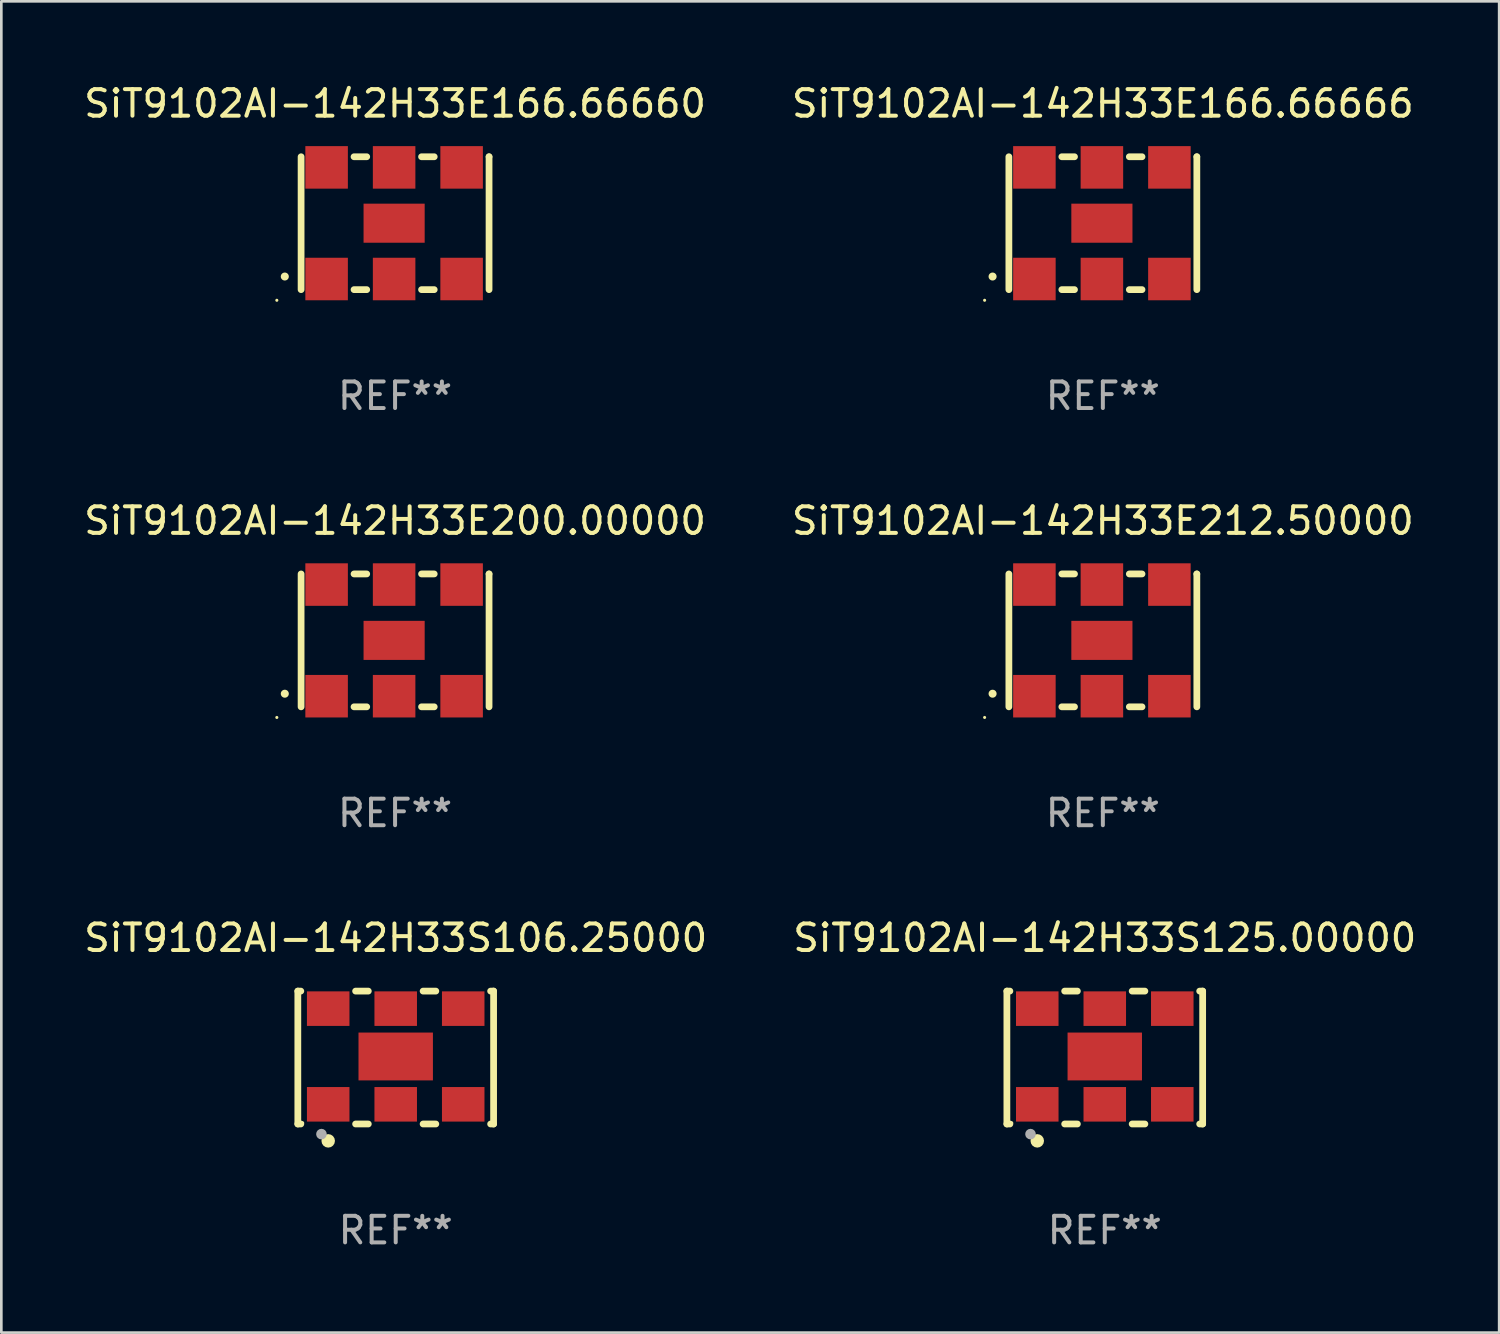
<source format=kicad_pcb>
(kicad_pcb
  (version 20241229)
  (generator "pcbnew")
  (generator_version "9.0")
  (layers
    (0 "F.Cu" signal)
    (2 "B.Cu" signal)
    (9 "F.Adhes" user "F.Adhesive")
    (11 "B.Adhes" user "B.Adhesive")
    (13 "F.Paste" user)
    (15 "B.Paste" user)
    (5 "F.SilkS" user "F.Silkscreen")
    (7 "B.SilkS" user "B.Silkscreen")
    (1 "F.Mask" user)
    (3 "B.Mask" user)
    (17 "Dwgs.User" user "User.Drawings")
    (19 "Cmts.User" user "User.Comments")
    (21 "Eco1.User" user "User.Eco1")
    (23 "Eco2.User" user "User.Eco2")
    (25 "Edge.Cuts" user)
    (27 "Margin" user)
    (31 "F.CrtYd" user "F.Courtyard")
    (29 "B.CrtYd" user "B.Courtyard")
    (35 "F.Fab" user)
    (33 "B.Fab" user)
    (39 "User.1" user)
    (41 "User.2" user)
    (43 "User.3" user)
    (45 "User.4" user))
  (footprint "SiT9102AI-142H33S125.00000"
    (layer "F.Cu")
    (at 38.518 36.741)
    (property "Reference" "SiT9102AI-142H33S125.00000" (at 0 -4.5 0) (layer "F.SilkS") (effects (font (size 1 1) (thickness 0.15))))
    (attr through_hole)
    (fp_line (start -3.683 -2.5) (end -3.571 -2.5) (stroke (width 0.254) (type solid)) (layer "F.SilkS"))
    (fp_line (start -3.683 2.5) (end -3.683 -2.5) (stroke (width 0.254) (type solid)) (layer "F.SilkS"))
    (fp_line (start -3.683 2.5) (end -3.571 2.5) (stroke (width 0.254) (type solid)) (layer "F.SilkS"))
    (fp_line (start -1.509 -2.5) (end -1.031 -2.5) (stroke (width 0.254) (type solid)) (layer "F.SilkS"))
    (fp_line (start -1.509 2.5) (end -1.031 2.5) (stroke (width 0.254) (type solid)) (layer "F.SilkS"))
    (fp_line (start 1.031 -2.5) (end 1.509 -2.5) (stroke (width 0.254) (type solid)) (layer "F.SilkS"))
    (fp_line (start 1.031 2.5) (end 1.509 2.5) (stroke (width 0.254) (type solid)) (layer "F.SilkS"))
    (fp_line (start 3.571 -2.5) (end 3.683 -2.5) (stroke (width 0.254) (type solid)) (layer "F.SilkS"))
    (fp_line (start 3.571 2.5) (end 3.683 2.5) (stroke (width 0.254) (type solid)) (layer "F.SilkS"))
    (fp_line (start 3.683 2.5) (end 3.683 -2.5) (stroke (width 0.254) (type solid)) (layer "F.SilkS"))
    (fp_circle (center -3.5 2.46) (end -3.47 2.46) (stroke (width 0.06) (type solid)) (fill no) (layer "F.SilkS"))
    (fp_circle (center -2.54 3.135) (end -2.413 3.135) (stroke (width 0.254) (type solid)) (fill no) (layer "F.SilkS"))
    (fp_circle (center -2.794 2.881) (end -2.694 2.881) (stroke (width 0.2) (type solid)) (fill no) (layer "F.Fab"))
    (fp_text user "REF**" (at 0 6.5 0) (layer "F.Fab") (effects (font (size 1 1) (thickness 0.15))))
    (pad "1" smd rect (at -2.54 1.76) (size 1.6 1.3) (layers "F.Cu" "F.Mask" "F.Paste"))
    (pad "2" smd rect (at 0 1.76) (size 1.6 1.3) (layers "F.Cu" "F.Mask" "F.Paste"))
    (pad "3" smd rect (at 2.54 1.76) (size 1.6 1.3) (layers "F.Cu" "F.Mask" "F.Paste"))
    (pad "4" smd rect (at 2.54 -1.84) (size 1.6 1.3) (layers "F.Cu" "F.Mask" "F.Paste"))
    (pad "5" smd rect (at 0 -1.84) (size 1.6 1.3) (layers "F.Cu" "F.Mask" "F.Paste"))
    (pad "6" smd rect (at -2.54 -1.84) (size 1.6 1.3) (layers "F.Cu" "F.Mask" "F.Paste"))
    (pad "7" smd rect (at 0 -0.04) (size 2.8 1.8) (layers "F.Cu" "F.Mask" "F.Paste")))
  (footprint "SiT9102AI-142H33S106.25000"
    (layer "F.Cu")
    (at 11.839 36.741)
    (property "Reference" "SiT9102AI-142H33S106.25000" (at 0 -4.5 0) (layer "F.SilkS") (effects (font (size 1 1) (thickness 0.15))))
    (attr through_hole)
    (fp_line (start -3.683 -2.5) (end -3.571 -2.5) (stroke (width 0.254) (type solid)) (layer "F.SilkS"))
    (fp_line (start -3.683 2.5) (end -3.683 -2.5) (stroke (width 0.254) (type solid)) (layer "F.SilkS"))
    (fp_line (start -3.683 2.5) (end -3.571 2.5) (stroke (width 0.254) (type solid)) (layer "F.SilkS"))
    (fp_line (start -1.509 -2.5) (end -1.031 -2.5) (stroke (width 0.254) (type solid)) (layer "F.SilkS"))
    (fp_line (start -1.509 2.5) (end -1.031 2.5) (stroke (width 0.254) (type solid)) (layer "F.SilkS"))
    (fp_line (start 1.031 -2.5) (end 1.509 -2.5) (stroke (width 0.254) (type solid)) (layer "F.SilkS"))
    (fp_line (start 1.031 2.5) (end 1.509 2.5) (stroke (width 0.254) (type solid)) (layer "F.SilkS"))
    (fp_line (start 3.571 -2.5) (end 3.683 -2.5) (stroke (width 0.254) (type solid)) (layer "F.SilkS"))
    (fp_line (start 3.571 2.5) (end 3.683 2.5) (stroke (width 0.254) (type solid)) (layer "F.SilkS"))
    (fp_line (start 3.683 2.5) (end 3.683 -2.5) (stroke (width 0.254) (type solid)) (layer "F.SilkS"))
    (fp_circle (center -3.5 2.46) (end -3.47 2.46) (stroke (width 0.06) (type solid)) (fill no) (layer "F.SilkS"))
    (fp_circle (center -2.54 3.135) (end -2.413 3.135) (stroke (width 0.254) (type solid)) (fill no) (layer "F.SilkS"))
    (fp_circle (center -2.794 2.881) (end -2.694 2.881) (stroke (width 0.2) (type solid)) (fill no) (layer "F.Fab"))
    (fp_text user "REF**" (at 0 6.5 0) (layer "F.Fab") (effects (font (size 1 1) (thickness 0.15))))
    (pad "1" smd rect (at -2.54 1.76) (size 1.6 1.3) (layers "F.Cu" "F.Mask" "F.Paste"))
    (pad "2" smd rect (at 0 1.76) (size 1.6 1.3) (layers "F.Cu" "F.Mask" "F.Paste"))
    (pad "3" smd rect (at 2.54 1.76) (size 1.6 1.3) (layers "F.Cu" "F.Mask" "F.Paste"))
    (pad "4" smd rect (at 2.54 -1.84) (size 1.6 1.3) (layers "F.Cu" "F.Mask" "F.Paste"))
    (pad "5" smd rect (at 0 -1.84) (size 1.6 1.3) (layers "F.Cu" "F.Mask" "F.Paste"))
    (pad "6" smd rect (at -2.54 -1.84) (size 1.6 1.3) (layers "F.Cu" "F.Mask" "F.Paste"))
    (pad "7" smd rect (at 0 -0.04) (size 2.8 1.8) (layers "F.Cu" "F.Mask" "F.Paste")))
  (footprint "SiT9102AI-142H33E166.66660"
    (layer "F.Cu")
    (at 11.815 5.348)
    (property "Reference" "SiT9102AI-142H33E166.66660" (at 0 -4.5 0) (layer "F.SilkS") (effects (font (size 1 1) (thickness 0.15))))
    (attr through_hole)
    (fp_line (start -3.536 -2.5) (end -3.536 2.5) (stroke (width 0.254) (type solid)) (layer "F.SilkS"))
    (fp_line (start -1.544 2.5) (end -1.067 2.5) (stroke (width 0.254) (type solid)) (layer "F.SilkS"))
    (fp_line (start -1.067 -2.5) (end -1.544 -2.5) (stroke (width 0.254) (type solid)) (layer "F.SilkS"))
    (fp_line (start 0.996 2.5) (end 1.473 2.5) (stroke (width 0.254) (type solid)) (layer "F.SilkS"))
    (fp_line (start 1.473 -2.5) (end 0.996 -2.5) (stroke (width 0.254) (type solid)) (layer "F.SilkS"))
    (fp_line (start 3.536 -2.5) (end 3.536 -2.5) (stroke (width 0.254) (type solid)) (layer "F.SilkS"))
    (fp_line (start 3.536 2.5) (end 3.536 -2.5) (stroke (width 0.254) (type solid)) (layer "F.SilkS"))
    (fp_arc (start -4.150432 2.006604) (mid -4.149162 2.006599) (end -4.147892 2.006604) (stroke (width 0.3) (type solid)) (layer "F.SilkS"))
    (fp_circle (center -4.449 2.9) (end -4.419 2.9) (stroke (width 0.06) (type solid)) (fill no) (layer "F.SilkS"))
    (fp_text user "REF**" (at 0 6.5 0) (layer "F.Fab") (effects (font (size 1 1) (thickness 0.15))))
    (pad "1" smd rect (at -2.576 2.1) (size 1.6 1.6) (layers "F.Cu" "F.Mask" "F.Paste"))
    (pad "2" smd rect (at -0.036 2.1) (size 1.6 1.6) (layers "F.Cu" "F.Mask" "F.Paste"))
    (pad "3" smd rect (at 2.504 2.1) (size 1.6 1.6) (layers "F.Cu" "F.Mask" "F.Paste"))
    (pad "4" smd rect (at 2.504 -2.1) (size 1.6 1.6) (layers "F.Cu" "F.Mask" "F.Paste"))
    (pad "5" smd rect (at -0.036 -2.1) (size 1.6 1.6) (layers "F.Cu" "F.Mask" "F.Paste"))
    (pad "6" smd rect (at -2.576 -2.1) (size 1.6 1.6) (layers "F.Cu" "F.Mask" "F.Paste"))
    (pad "7" smd rect (at -0.036 0) (size 2.3 1.47) (layers "F.Cu" "F.Mask" "F.Paste")))
  (footprint "SiT9102AI-142H33E166.66666"
    (layer "F.Cu")
    (at 38.446 5.348)
    (property "Reference" "SiT9102AI-142H33E166.66666" (at 0 -4.5 0) (layer "F.SilkS") (effects (font (size 1 1) (thickness 0.15))))
    (attr through_hole)
    (fp_line (start -3.536 -2.5) (end -3.536 2.5) (stroke (width 0.254) (type solid)) (layer "F.SilkS"))
    (fp_line (start -1.544 2.5) (end -1.067 2.5) (stroke (width 0.254) (type solid)) (layer "F.SilkS"))
    (fp_line (start -1.067 -2.5) (end -1.544 -2.5) (stroke (width 0.254) (type solid)) (layer "F.SilkS"))
    (fp_line (start 0.996 2.5) (end 1.473 2.5) (stroke (width 0.254) (type solid)) (layer "F.SilkS"))
    (fp_line (start 1.473 -2.5) (end 0.996 -2.5) (stroke (width 0.254) (type solid)) (layer "F.SilkS"))
    (fp_line (start 3.536 -2.5) (end 3.536 -2.5) (stroke (width 0.254) (type solid)) (layer "F.SilkS"))
    (fp_line (start 3.536 2.5) (end 3.536 -2.5) (stroke (width 0.254) (type solid)) (layer "F.SilkS"))
    (fp_arc (start -4.150432 2.006604) (mid -4.149162 2.006599) (end -4.147892 2.006604) (stroke (width 0.3) (type solid)) (layer "F.SilkS"))
    (fp_circle (center -4.449 2.9) (end -4.419 2.9) (stroke (width 0.06) (type solid)) (fill no) (layer "F.SilkS"))
    (fp_text user "REF**" (at 0 6.5 0) (layer "F.Fab") (effects (font (size 1 1) (thickness 0.15))))
    (pad "1" smd rect (at -2.576 2.1) (size 1.6 1.6) (layers "F.Cu" "F.Mask" "F.Paste"))
    (pad "2" smd rect (at -0.036 2.1) (size 1.6 1.6) (layers "F.Cu" "F.Mask" "F.Paste"))
    (pad "3" smd rect (at 2.504 2.1) (size 1.6 1.6) (layers "F.Cu" "F.Mask" "F.Paste"))
    (pad "4" smd rect (at 2.504 -2.1) (size 1.6 1.6) (layers "F.Cu" "F.Mask" "F.Paste"))
    (pad "5" smd rect (at -0.036 -2.1) (size 1.6 1.6) (layers "F.Cu" "F.Mask" "F.Paste"))
    (pad "6" smd rect (at -2.576 -2.1) (size 1.6 1.6) (layers "F.Cu" "F.Mask" "F.Paste"))
    (pad "7" smd rect (at -0.036 0) (size 2.3 1.47) (layers "F.Cu" "F.Mask" "F.Paste")))
  (footprint "SiT9102AI-142H33E200.00000"
    (layer "F.Cu")
    (at 11.815 21.045)
    (property "Reference" "SiT9102AI-142H33E200.00000" (at 0 -4.5 0) (layer "F.SilkS") (effects (font (size 1 1) (thickness 0.15))))
    (attr through_hole)
    (fp_line (start -3.536 -2.5) (end -3.536 2.5) (stroke (width 0.254) (type solid)) (layer "F.SilkS"))
    (fp_line (start -1.544 2.5) (end -1.067 2.5) (stroke (width 0.254) (type solid)) (layer "F.SilkS"))
    (fp_line (start -1.067 -2.5) (end -1.544 -2.5) (stroke (width 0.254) (type solid)) (layer "F.SilkS"))
    (fp_line (start 0.996 2.5) (end 1.473 2.5) (stroke (width 0.254) (type solid)) (layer "F.SilkS"))
    (fp_line (start 1.473 -2.5) (end 0.996 -2.5) (stroke (width 0.254) (type solid)) (layer "F.SilkS"))
    (fp_line (start 3.536 -2.5) (end 3.536 -2.5) (stroke (width 0.254) (type solid)) (layer "F.SilkS"))
    (fp_line (start 3.536 2.5) (end 3.536 -2.5) (stroke (width 0.254) (type solid)) (layer "F.SilkS"))
    (fp_arc (start -4.150432 2.006604) (mid -4.149162 2.006599) (end -4.147892 2.006604) (stroke (width 0.3) (type solid)) (layer "F.SilkS"))
    (fp_circle (center -4.449 2.9) (end -4.419 2.9) (stroke (width 0.06) (type solid)) (fill no) (layer "F.SilkS"))
    (fp_text user "REF**" (at 0 6.5 0) (layer "F.Fab") (effects (font (size 1 1) (thickness 0.15))))
    (pad "1" smd rect (at -2.576 2.1) (size 1.6 1.6) (layers "F.Cu" "F.Mask" "F.Paste"))
    (pad "2" smd rect (at -0.036 2.1) (size 1.6 1.6) (layers "F.Cu" "F.Mask" "F.Paste"))
    (pad "3" smd rect (at 2.504 2.1) (size 1.6 1.6) (layers "F.Cu" "F.Mask" "F.Paste"))
    (pad "4" smd rect (at 2.504 -2.1) (size 1.6 1.6) (layers "F.Cu" "F.Mask" "F.Paste"))
    (pad "5" smd rect (at -0.036 -2.1) (size 1.6 1.6) (layers "F.Cu" "F.Mask" "F.Paste"))
    (pad "6" smd rect (at -2.576 -2.1) (size 1.6 1.6) (layers "F.Cu" "F.Mask" "F.Paste"))
    (pad "7" smd rect (at -0.036 0) (size 2.3 1.47) (layers "F.Cu" "F.Mask" "F.Paste")))
  (footprint "SiT9102AI-142H33E212.50000"
    (layer "F.Cu")
    (at 38.446 21.045)
    (property "Reference" "SiT9102AI-142H33E212.50000" (at 0 -4.5 0) (layer "F.SilkS") (effects (font (size 1 1) (thickness 0.15))))
    (attr through_hole)
    (fp_line (start -3.536 -2.5) (end -3.536 2.5) (stroke (width 0.254) (type solid)) (layer "F.SilkS"))
    (fp_line (start -1.544 2.5) (end -1.067 2.5) (stroke (width 0.254) (type solid)) (layer "F.SilkS"))
    (fp_line (start -1.067 -2.5) (end -1.544 -2.5) (stroke (width 0.254) (type solid)) (layer "F.SilkS"))
    (fp_line (start 0.996 2.5) (end 1.473 2.5) (stroke (width 0.254) (type solid)) (layer "F.SilkS"))
    (fp_line (start 1.473 -2.5) (end 0.996 -2.5) (stroke (width 0.254) (type solid)) (layer "F.SilkS"))
    (fp_line (start 3.536 -2.5) (end 3.536 -2.5) (stroke (width 0.254) (type solid)) (layer "F.SilkS"))
    (fp_line (start 3.536 2.5) (end 3.536 -2.5) (stroke (width 0.254) (type solid)) (layer "F.SilkS"))
    (fp_arc (start -4.150432 2.006604) (mid -4.149162 2.006599) (end -4.147892 2.006604) (stroke (width 0.3) (type solid)) (layer "F.SilkS"))
    (fp_circle (center -4.449 2.9) (end -4.419 2.9) (stroke (width 0.06) (type solid)) (fill no) (layer "F.SilkS"))
    (fp_text user "REF**" (at 0 6.5 0) (layer "F.Fab") (effects (font (size 1 1) (thickness 0.15))))
    (pad "1" smd rect (at -2.576 2.1) (size 1.6 1.6) (layers "F.Cu" "F.Mask" "F.Paste"))
    (pad "2" smd rect (at -0.036 2.1) (size 1.6 1.6) (layers "F.Cu" "F.Mask" "F.Paste"))
    (pad "3" smd rect (at 2.504 2.1) (size 1.6 1.6) (layers "F.Cu" "F.Mask" "F.Paste"))
    (pad "4" smd rect (at 2.504 -2.1) (size 1.6 1.6) (layers "F.Cu" "F.Mask" "F.Paste"))
    (pad "5" smd rect (at -0.036 -2.1) (size 1.6 1.6) (layers "F.Cu" "F.Mask" "F.Paste"))
    (pad "6" smd rect (at -2.576 -2.1) (size 1.6 1.6) (layers "F.Cu" "F.Mask" "F.Paste"))
    (pad "7" smd rect (at -0.036 0) (size 2.3 1.47) (layers "F.Cu" "F.Mask" "F.Paste")))
  (gr_rect
    (start -3 -3)
    (end 53.357 47.09)
    (stroke (width 0.1) (type default))
    (fill no)
    (layer "Edge.Cuts")))
</source>
